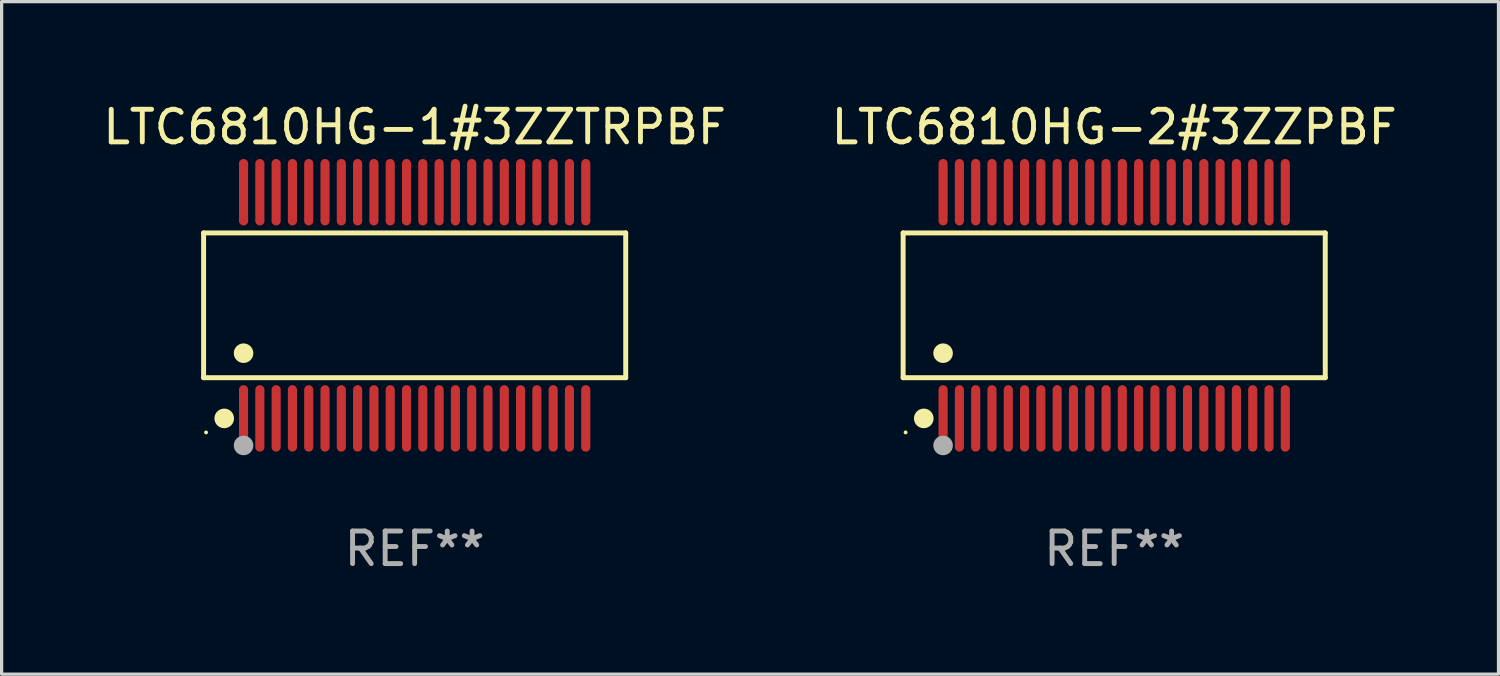
<source format=kicad_pcb>
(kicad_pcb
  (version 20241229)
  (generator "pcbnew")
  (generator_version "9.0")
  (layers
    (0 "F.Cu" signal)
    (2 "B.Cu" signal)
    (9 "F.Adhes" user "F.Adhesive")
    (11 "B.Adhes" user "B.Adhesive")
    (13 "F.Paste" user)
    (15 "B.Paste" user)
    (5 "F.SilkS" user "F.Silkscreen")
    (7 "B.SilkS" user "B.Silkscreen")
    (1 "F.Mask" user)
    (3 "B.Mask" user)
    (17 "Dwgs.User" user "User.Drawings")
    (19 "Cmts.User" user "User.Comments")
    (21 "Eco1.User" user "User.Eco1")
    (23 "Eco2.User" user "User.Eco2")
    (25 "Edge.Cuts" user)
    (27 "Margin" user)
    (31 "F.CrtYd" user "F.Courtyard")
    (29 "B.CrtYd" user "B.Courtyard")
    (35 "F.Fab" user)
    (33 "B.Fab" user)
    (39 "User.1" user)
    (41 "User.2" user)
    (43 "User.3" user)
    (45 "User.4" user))
  (footprint "LTC6810HG-2#3ZZPBF"
    (layer "F.Cu")
    (at 31.137 6.318)
    (property "Reference" "LTC6810HG-2#3ZZPBF" (at 0 -5.47 0) (layer "F.SilkS") (effects (font (size 1 1) (thickness 0.15))))
    (attr through_hole)
    (fp_line (start -6.476 -2.221) (end 6.476 -2.221) (stroke (width 0.152) (type solid)) (layer "F.SilkS"))
    (fp_line (start -6.476 2.221) (end -6.476 -2.221) (stroke (width 0.152) (type solid)) (layer "F.SilkS"))
    (fp_line (start 6.476 -2.221) (end 6.476 2.221) (stroke (width 0.152) (type solid)) (layer "F.SilkS"))
    (fp_line (start 6.476 2.221) (end -6.476 2.221) (stroke (width 0.152) (type solid)) (layer "F.SilkS"))
    (fp_circle (center -6.4 3.9) (end -6.37 3.9) (stroke (width 0.06) (type solid)) (fill no) (layer "F.SilkS"))
    (fp_circle (center -5.843 3.47) (end -5.692 3.47) (stroke (width 0.3) (type solid)) (fill no) (layer "F.SilkS"))
    (fp_circle (center -5.25 1.469) (end -5.1 1.469) (stroke (width 0.3) (type solid)) (fill no) (layer "F.SilkS"))
    (fp_circle (center -5.25 4.3) (end -5.1 4.3) (stroke (width 0.3) (type solid)) (fill no) (layer "F.Fab"))
    (fp_text user "REF**" (at 0 7.47 0) (layer "F.Fab") (effects (font (size 1 1) (thickness 0.15))))
    (pad "1" smd oval (at -5.25 3.47) (size 0.28 2.04) (layers "F.Cu" "F.Mask" "F.Paste"))
    (pad "2" smd oval (at -4.75 3.47) (size 0.28 2.04) (layers "F.Cu" "F.Mask" "F.Paste"))
    (pad "3" smd oval (at -4.25 3.47) (size 0.28 2.04) (layers "F.Cu" "F.Mask" "F.Paste"))
    (pad "4" smd oval (at -3.75 3.47) (size 0.28 2.04) (layers "F.Cu" "F.Mask" "F.Paste"))
    (pad "5" smd oval (at -3.25 3.47) (size 0.28 2.04) (layers "F.Cu" "F.Mask" "F.Paste"))
    (pad "6" smd oval (at -2.75 3.47) (size 0.28 2.04) (layers "F.Cu" "F.Mask" "F.Paste"))
    (pad "7" smd oval (at -2.25 3.47) (size 0.28 2.04) (layers "F.Cu" "F.Mask" "F.Paste"))
    (pad "8" smd oval (at -1.75 3.47) (size 0.28 2.04) (layers "F.Cu" "F.Mask" "F.Paste"))
    (pad "9" smd oval (at -1.25 3.47) (size 0.28 2.04) (layers "F.Cu" "F.Mask" "F.Paste"))
    (pad "10" smd oval (at -0.75 3.47) (size 0.28 2.04) (layers "F.Cu" "F.Mask" "F.Paste"))
    (pad "11" smd oval (at -0.25 3.47) (size 0.28 2.04) (layers "F.Cu" "F.Mask" "F.Paste"))
    (pad "12" smd oval (at 0.25 3.47) (size 0.28 2.04) (layers "F.Cu" "F.Mask" "F.Paste"))
    (pad "13" smd oval (at 0.75 3.47) (size 0.28 2.04) (layers "F.Cu" "F.Mask" "F.Paste"))
    (pad "14" smd oval (at 1.25 3.47) (size 0.28 2.04) (layers "F.Cu" "F.Mask" "F.Paste"))
    (pad "15" smd oval (at 1.75 3.47) (size 0.28 2.04) (layers "F.Cu" "F.Mask" "F.Paste"))
    (pad "16" smd oval (at 2.25 3.47) (size 0.28 2.04) (layers "F.Cu" "F.Mask" "F.Paste"))
    (pad "17" smd oval (at 2.75 3.47) (size 0.28 2.04) (layers "F.Cu" "F.Mask" "F.Paste"))
    (pad "18" smd oval (at 3.25 3.47) (size 0.28 2.04) (layers "F.Cu" "F.Mask" "F.Paste"))
    (pad "19" smd oval (at 3.75 3.47) (size 0.28 2.04) (layers "F.Cu" "F.Mask" "F.Paste"))
    (pad "20" smd oval (at 4.25 3.47) (size 0.28 2.04) (layers "F.Cu" "F.Mask" "F.Paste"))
    (pad "21" smd oval (at 4.75 3.47) (size 0.28 2.04) (layers "F.Cu" "F.Mask" "F.Paste"))
    (pad "22" smd oval (at 5.25 3.47) (size 0.28 2.04) (layers "F.Cu" "F.Mask" "F.Paste"))
    (pad "23" smd oval (at 5.25 -3.47) (size 0.28 2.04) (layers "F.Cu" "F.Mask" "F.Paste"))
    (pad "24" smd oval (at 4.75 -3.47) (size 0.28 2.04) (layers "F.Cu" "F.Mask" "F.Paste"))
    (pad "25" smd oval (at 4.25 -3.47) (size 0.28 2.04) (layers "F.Cu" "F.Mask" "F.Paste"))
    (pad "26" smd oval (at 3.75 -3.47) (size 0.28 2.04) (layers "F.Cu" "F.Mask" "F.Paste"))
    (pad "27" smd oval (at 3.25 -3.47) (size 0.28 2.04) (layers "F.Cu" "F.Mask" "F.Paste"))
    (pad "28" smd oval (at 2.75 -3.47) (size 0.28 2.04) (layers "F.Cu" "F.Mask" "F.Paste"))
    (pad "29" smd oval (at 2.25 -3.47) (size 0.28 2.04) (layers "F.Cu" "F.Mask" "F.Paste"))
    (pad "30" smd oval (at 1.75 -3.47) (size 0.28 2.04) (layers "F.Cu" "F.Mask" "F.Paste"))
    (pad "31" smd oval (at 1.25 -3.47) (size 0.28 2.04) (layers "F.Cu" "F.Mask" "F.Paste"))
    (pad "32" smd oval (at 0.75 -3.47) (size 0.28 2.04) (layers "F.Cu" "F.Mask" "F.Paste"))
    (pad "33" smd oval (at 0.25 -3.47) (size 0.28 2.04) (layers "F.Cu" "F.Mask" "F.Paste"))
    (pad "34" smd oval (at -0.25 -3.47) (size 0.28 2.04) (layers "F.Cu" "F.Mask" "F.Paste"))
    (pad "35" smd oval (at -0.75 -3.47) (size 0.28 2.04) (layers "F.Cu" "F.Mask" "F.Paste"))
    (pad "36" smd oval (at -1.25 -3.47) (size 0.28 2.04) (layers "F.Cu" "F.Mask" "F.Paste"))
    (pad "37" smd oval (at -1.75 -3.47) (size 0.28 2.04) (layers "F.Cu" "F.Mask" "F.Paste"))
    (pad "38" smd oval (at -2.25 -3.47) (size 0.28 2.04) (layers "F.Cu" "F.Mask" "F.Paste"))
    (pad "39" smd oval (at -2.75 -3.47) (size 0.28 2.04) (layers "F.Cu" "F.Mask" "F.Paste"))
    (pad "40" smd oval (at -3.25 -3.47) (size 0.28 2.04) (layers "F.Cu" "F.Mask" "F.Paste"))
    (pad "41" smd oval (at -3.75 -3.47) (size 0.28 2.04) (layers "F.Cu" "F.Mask" "F.Paste"))
    (pad "42" smd oval (at -4.25 -3.47) (size 0.28 2.04) (layers "F.Cu" "F.Mask" "F.Paste"))
    (pad "43" smd oval (at -4.75 -3.47) (size 0.28 2.04) (layers "F.Cu" "F.Mask" "F.Paste"))
    (pad "44" smd oval (at -5.25 -3.47) (size 0.28 2.04) (layers "F.Cu" "F.Mask" "F.Paste")))
  (footprint "LTC6810HG-1#3ZZTRPBF"
    (layer "F.Cu")
    (at 9.673 6.318)
    (property "Reference" "LTC6810HG-1#3ZZTRPBF" (at 0 -5.47 0) (layer "F.SilkS") (effects (font (size 1 1) (thickness 0.15))))
    (attr through_hole)
    (fp_line (start -6.476 -2.221) (end 6.476 -2.221) (stroke (width 0.152) (type solid)) (layer "F.SilkS"))
    (fp_line (start -6.476 2.221) (end -6.476 -2.221) (stroke (width 0.152) (type solid)) (layer "F.SilkS"))
    (fp_line (start 6.476 -2.221) (end 6.476 2.221) (stroke (width 0.152) (type solid)) (layer "F.SilkS"))
    (fp_line (start 6.476 2.221) (end -6.476 2.221) (stroke (width 0.152) (type solid)) (layer "F.SilkS"))
    (fp_circle (center -6.4 3.9) (end -6.37 3.9) (stroke (width 0.06) (type solid)) (fill no) (layer "F.SilkS"))
    (fp_circle (center -5.843 3.47) (end -5.692 3.47) (stroke (width 0.3) (type solid)) (fill no) (layer "F.SilkS"))
    (fp_circle (center -5.25 1.469) (end -5.1 1.469) (stroke (width 0.3) (type solid)) (fill no) (layer "F.SilkS"))
    (fp_circle (center -5.25 4.3) (end -5.1 4.3) (stroke (width 0.3) (type solid)) (fill no) (layer "F.Fab"))
    (fp_text user "REF**" (at 0 7.47 0) (layer "F.Fab") (effects (font (size 1 1) (thickness 0.15))))
    (pad "1" smd oval (at -5.25 3.47) (size 0.28 2.04) (layers "F.Cu" "F.Mask" "F.Paste"))
    (pad "2" smd oval (at -4.75 3.47) (size 0.28 2.04) (layers "F.Cu" "F.Mask" "F.Paste"))
    (pad "3" smd oval (at -4.25 3.47) (size 0.28 2.04) (layers "F.Cu" "F.Mask" "F.Paste"))
    (pad "4" smd oval (at -3.75 3.47) (size 0.28 2.04) (layers "F.Cu" "F.Mask" "F.Paste"))
    (pad "5" smd oval (at -3.25 3.47) (size 0.28 2.04) (layers "F.Cu" "F.Mask" "F.Paste"))
    (pad "6" smd oval (at -2.75 3.47) (size 0.28 2.04) (layers "F.Cu" "F.Mask" "F.Paste"))
    (pad "7" smd oval (at -2.25 3.47) (size 0.28 2.04) (layers "F.Cu" "F.Mask" "F.Paste"))
    (pad "8" smd oval (at -1.75 3.47) (size 0.28 2.04) (layers "F.Cu" "F.Mask" "F.Paste"))
    (pad "9" smd oval (at -1.25 3.47) (size 0.28 2.04) (layers "F.Cu" "F.Mask" "F.Paste"))
    (pad "10" smd oval (at -0.75 3.47) (size 0.28 2.04) (layers "F.Cu" "F.Mask" "F.Paste"))
    (pad "11" smd oval (at -0.25 3.47) (size 0.28 2.04) (layers "F.Cu" "F.Mask" "F.Paste"))
    (pad "12" smd oval (at 0.25 3.47) (size 0.28 2.04) (layers "F.Cu" "F.Mask" "F.Paste"))
    (pad "13" smd oval (at 0.75 3.47) (size 0.28 2.04) (layers "F.Cu" "F.Mask" "F.Paste"))
    (pad "14" smd oval (at 1.25 3.47) (size 0.28 2.04) (layers "F.Cu" "F.Mask" "F.Paste"))
    (pad "15" smd oval (at 1.75 3.47) (size 0.28 2.04) (layers "F.Cu" "F.Mask" "F.Paste"))
    (pad "16" smd oval (at 2.25 3.47) (size 0.28 2.04) (layers "F.Cu" "F.Mask" "F.Paste"))
    (pad "17" smd oval (at 2.75 3.47) (size 0.28 2.04) (layers "F.Cu" "F.Mask" "F.Paste"))
    (pad "18" smd oval (at 3.25 3.47) (size 0.28 2.04) (layers "F.Cu" "F.Mask" "F.Paste"))
    (pad "19" smd oval (at 3.75 3.47) (size 0.28 2.04) (layers "F.Cu" "F.Mask" "F.Paste"))
    (pad "20" smd oval (at 4.25 3.47) (size 0.28 2.04) (layers "F.Cu" "F.Mask" "F.Paste"))
    (pad "21" smd oval (at 4.75 3.47) (size 0.28 2.04) (layers "F.Cu" "F.Mask" "F.Paste"))
    (pad "22" smd oval (at 5.25 3.47) (size 0.28 2.04) (layers "F.Cu" "F.Mask" "F.Paste"))
    (pad "23" smd oval (at 5.25 -3.47) (size 0.28 2.04) (layers "F.Cu" "F.Mask" "F.Paste"))
    (pad "24" smd oval (at 4.75 -3.47) (size 0.28 2.04) (layers "F.Cu" "F.Mask" "F.Paste"))
    (pad "25" smd oval (at 4.25 -3.47) (size 0.28 2.04) (layers "F.Cu" "F.Mask" "F.Paste"))
    (pad "26" smd oval (at 3.75 -3.47) (size 0.28 2.04) (layers "F.Cu" "F.Mask" "F.Paste"))
    (pad "27" smd oval (at 3.25 -3.47) (size 0.28 2.04) (layers "F.Cu" "F.Mask" "F.Paste"))
    (pad "28" smd oval (at 2.75 -3.47) (size 0.28 2.04) (layers "F.Cu" "F.Mask" "F.Paste"))
    (pad "29" smd oval (at 2.25 -3.47) (size 0.28 2.04) (layers "F.Cu" "F.Mask" "F.Paste"))
    (pad "30" smd oval (at 1.75 -3.47) (size 0.28 2.04) (layers "F.Cu" "F.Mask" "F.Paste"))
    (pad "31" smd oval (at 1.25 -3.47) (size 0.28 2.04) (layers "F.Cu" "F.Mask" "F.Paste"))
    (pad "32" smd oval (at 0.75 -3.47) (size 0.28 2.04) (layers "F.Cu" "F.Mask" "F.Paste"))
    (pad "33" smd oval (at 0.25 -3.47) (size 0.28 2.04) (layers "F.Cu" "F.Mask" "F.Paste"))
    (pad "34" smd oval (at -0.25 -3.47) (size 0.28 2.04) (layers "F.Cu" "F.Mask" "F.Paste"))
    (pad "35" smd oval (at -0.75 -3.47) (size 0.28 2.04) (layers "F.Cu" "F.Mask" "F.Paste"))
    (pad "36" smd oval (at -1.25 -3.47) (size 0.28 2.04) (layers "F.Cu" "F.Mask" "F.Paste"))
    (pad "37" smd oval (at -1.75 -3.47) (size 0.28 2.04) (layers "F.Cu" "F.Mask" "F.Paste"))
    (pad "38" smd oval (at -2.25 -3.47) (size 0.28 2.04) (layers "F.Cu" "F.Mask" "F.Paste"))
    (pad "39" smd oval (at -2.75 -3.47) (size 0.28 2.04) (layers "F.Cu" "F.Mask" "F.Paste"))
    (pad "40" smd oval (at -3.25 -3.47) (size 0.28 2.04) (layers "F.Cu" "F.Mask" "F.Paste"))
    (pad "41" smd oval (at -3.75 -3.47) (size 0.28 2.04) (layers "F.Cu" "F.Mask" "F.Paste"))
    (pad "42" smd oval (at -4.25 -3.47) (size 0.28 2.04) (layers "F.Cu" "F.Mask" "F.Paste"))
    (pad "43" smd oval (at -4.75 -3.47) (size 0.28 2.04) (layers "F.Cu" "F.Mask" "F.Paste"))
    (pad "44" smd oval (at -5.25 -3.47) (size 0.28 2.04) (layers "F.Cu" "F.Mask" "F.Paste")))
  (gr_rect
    (start -3 -3)
    (end 42.929 17.636)
    (stroke (width 0.1) (type default))
    (fill no)
    (layer "Edge.Cuts")))
</source>
